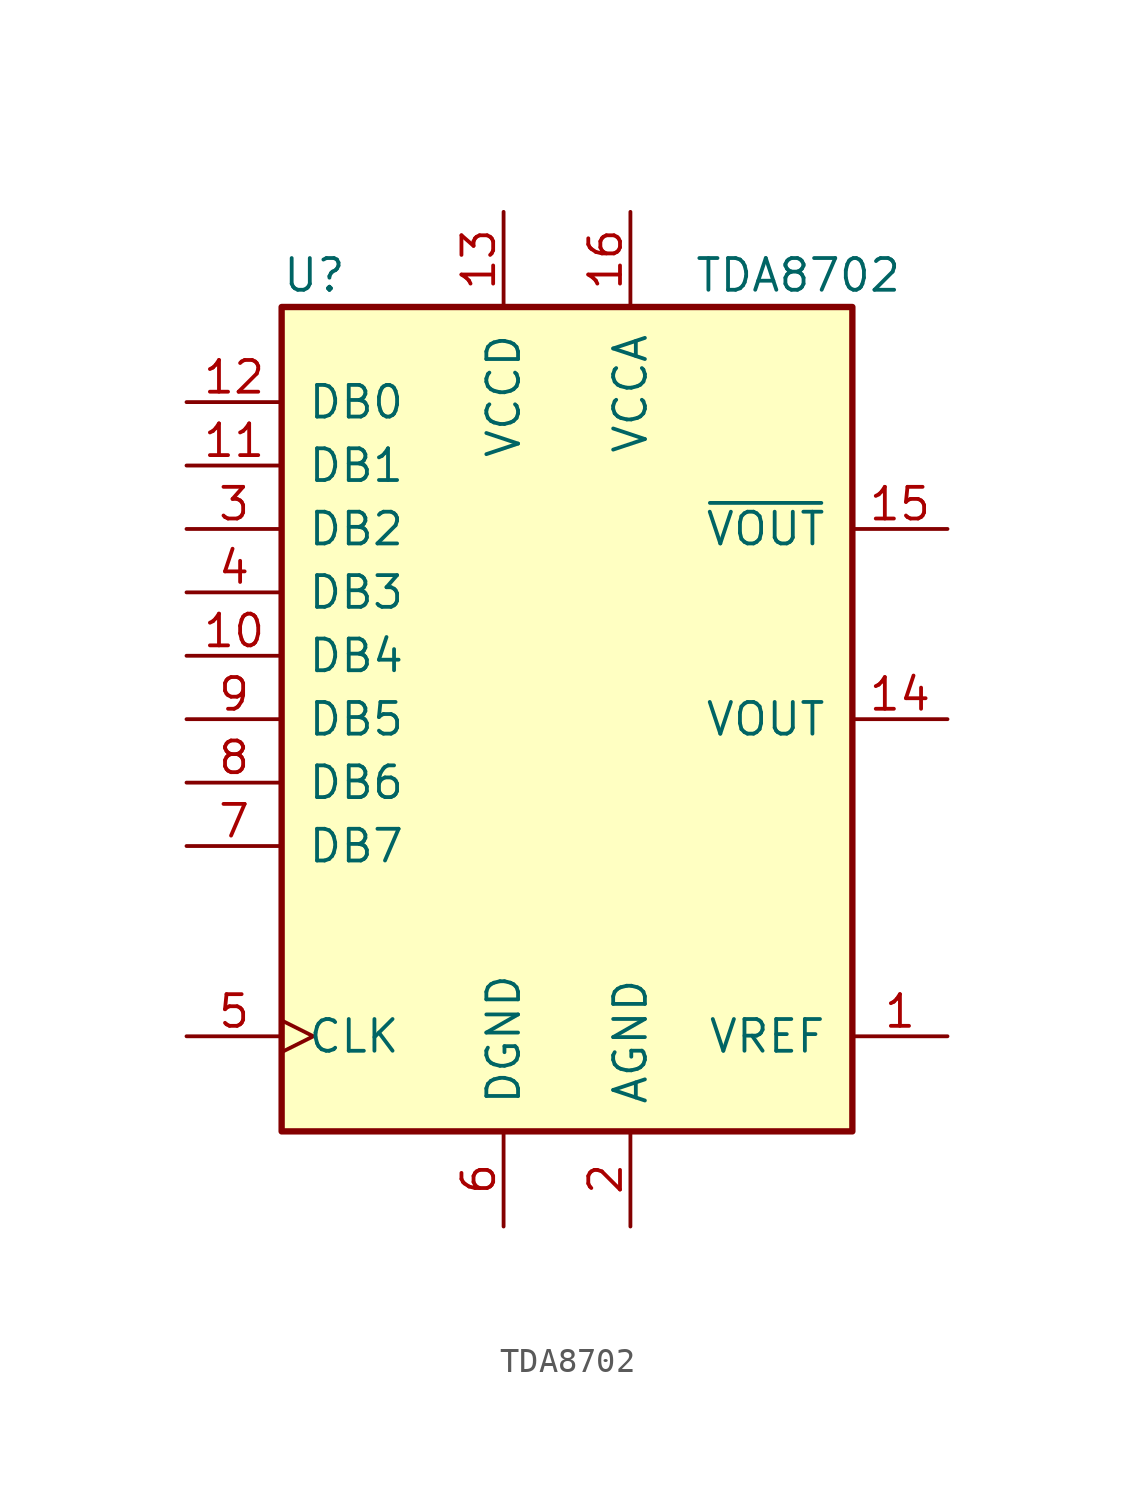
<source format=kicad_sym>
(kicad_symbol_lib
  (version 20211014)
  (generator kicad_symbol_editor)
  (symbol "TDA8702"
    (pin_names
      (offset 1.016))
    (property "Reference" "U"
      (at -11.43 17.78 0)
      (effects (font (size 1.27 1.27)) (justify left)))
    (property "Value" "TDA8702"
      (at 5.08 17.78 0)
      (effects (font (size 1.27 1.27)) (justify left)))
    (symbol "TDA8702_0_1"
      (rectangle (start -11.43 16.51) (end 11.43 -16.51) (stroke (width 0.254) (type default) (color 0 0 0 0)) (fill (type background))))
    (symbol "TDA8702_1_1"
      (pin bidirectional line (at 15.24 -12.7 180) (length 3.81) (name "VREF" (effects (font (size 1.27 1.27)))) (number "1" (effects (font (size 1.27 1.27)))))
      (pin input line (at -15.24 2.54 0) (length 3.81) (name "DB4" (effects (font (size 1.27 1.27)))) (number "10" (effects (font (size 1.27 1.27)))))
      (pin input line (at -15.24 10.16 0) (length 3.81) (name "DB1" (effects (font (size 1.27 1.27)))) (number "11" (effects (font (size 1.27 1.27)))))
      (pin input line (at -15.24 12.7 0) (length 3.81) (name "DB0" (effects (font (size 1.27 1.27)))) (number "12" (effects (font (size 1.27 1.27)))))
      (pin power_in line (at -2.54 20.32 270) (length 3.81) (name "VCCD" (effects (font (size 1.27 1.27)))) (number "13" (effects (font (size 1.27 1.27)))))
      (pin output line (at 15.24 0 180) (length 3.81) (name "VOUT" (effects (font (size 1.27 1.27)))) (number "14" (effects (font (size 1.27 1.27)))))
      (pin output line (at 15.24 7.62 180) (length 3.81) (name "~{VOUT}" (effects (font (size 1.27 1.27)))) (number "15" (effects (font (size 1.27 1.27)))))
      (pin power_in line (at 2.54 20.32 270) (length 3.81) (name "VCCA" (effects (font (size 1.27 1.27)))) (number "16" (effects (font (size 1.27 1.27)))))
      (pin power_in line (at 2.54 -20.32 90) (length 3.81) (name "AGND" (effects (font (size 1.27 1.27)))) (number "2" (effects (font (size 1.27 1.27)))))
      (pin input line (at -15.24 7.62 0) (length 3.81) (name "DB2" (effects (font (size 1.27 1.27)))) (number "3" (effects (font (size 1.27 1.27)))))
      (pin input line (at -15.24 5.08 0) (length 3.81) (name "DB3" (effects (font (size 1.27 1.27)))) (number "4" (effects (font (size 1.27 1.27)))))
      (pin input clock (at -15.24 -12.7 0) (length 3.81) (name "CLK" (effects (font (size 1.27 1.27)))) (number "5" (effects (font (size 1.27 1.27)))))
      (pin power_in line (at -2.54 -20.32 90) (length 3.81) (name "DGND" (effects (font (size 1.27 1.27)))) (number "6" (effects (font (size 1.27 1.27)))))
      (pin input line (at -15.24 -5.08 0) (length 3.81) (name "DB7" (effects (font (size 1.27 1.27)))) (number "7" (effects (font (size 1.27 1.27)))))
      (pin input line (at -15.24 -2.54 0) (length 3.81) (name "DB6" (effects (font (size 1.27 1.27)))) (number "8" (effects (font (size 1.27 1.27)))))
      (pin input line (at -15.24 0 0) (length 3.81) (name "DB5" (effects (font (size 1.27 1.27)))) (number "9" (effects (font (size 1.27 1.27))))))))
</source>
